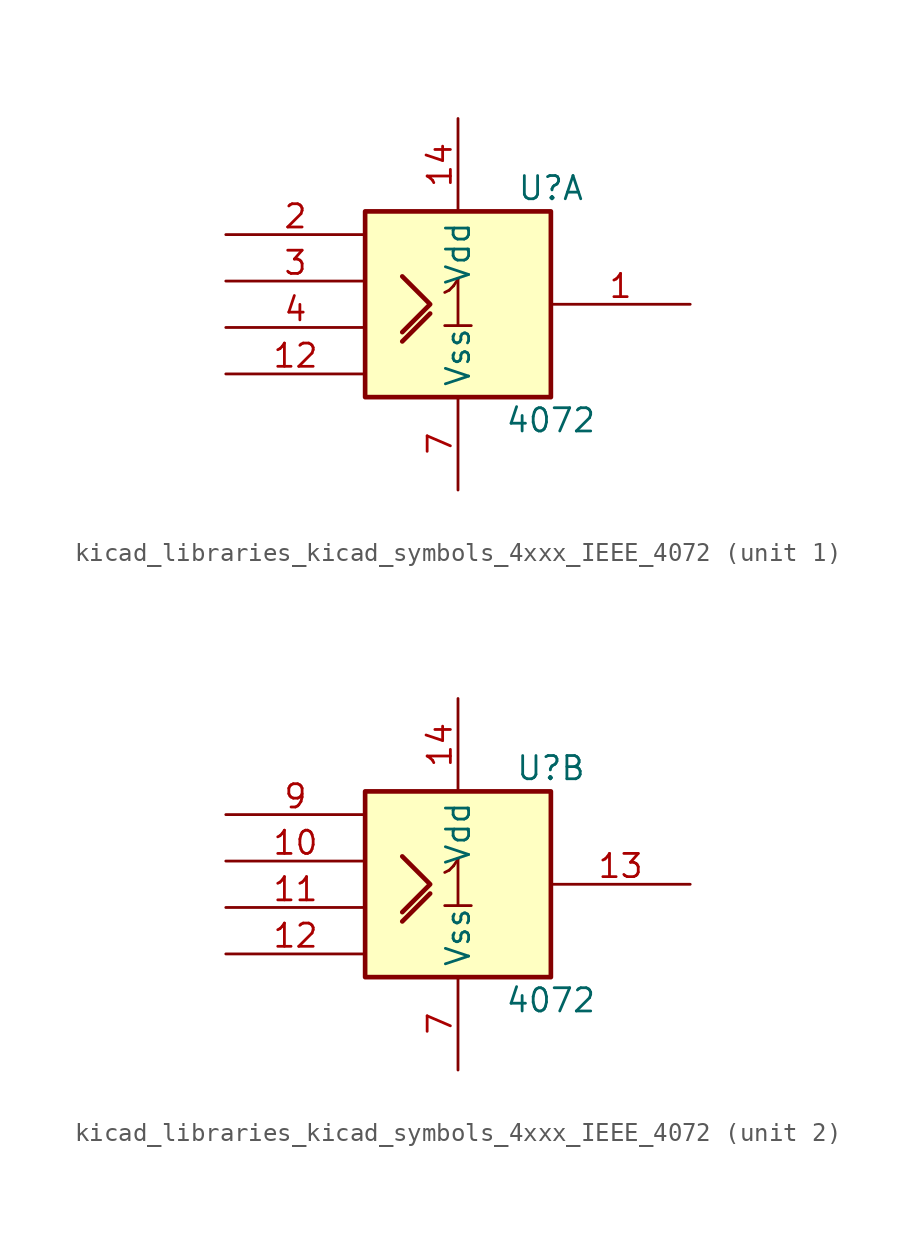
<source format=kicad_sym>
(kicad_symbol_lib
  (version 20220914)
  (generator kicad_symbol_editor)
  (symbol "kicad_libraries_kicad_symbols_4xxx_IEEE_4072"
    (property "Reference" "U"
      (at 5.08 6.35 0)
      (effects (font (size 1.27 1.27))))
    (property "Value" "4072"
      (at 5.08 -6.35 0)
      (effects (font (size 1.27 1.27))))
    (symbol "kicad_libraries_kicad_symbols_4xxx_IEEE_4072_0_0"
      (polyline (pts (xy -3.048 -2.032) (xy -1.524 -0.508) (xy -1.524 -0.508)) (stroke (width 0.254) (type default)) (fill (type background)))
      (polyline (pts (xy -3.048 1.524) (xy -1.524 0) (xy -3.048 -1.524) (xy -3.048 -1.524)) (stroke (width 0.254) (type default)) (fill (type background)))
      (text "1" (at 0 0 0) (effects (font (size 2.54 2.54)))))
    (symbol "kicad_libraries_kicad_symbols_4xxx_IEEE_4072_0_1"
      (rectangle (start -5.08 5.08) (end 5.08 -5.08) (stroke (width 0.254) (type default)) (fill (type background)))
      (pin power_in line (at 0 10.16 270) (length 5.08) (name "Vdd" (effects (font (size 1.27 1.27)))) (number "14" (effects (font (size 1.27 1.27)))))
      (pin power_in line (at 0 -10.16 90) (length 5.08) (name "Vss" (effects (font (size 1.27 1.27)))) (number "7" (effects (font (size 1.27 1.27))))))
    (symbol "kicad_libraries_kicad_symbols_4xxx_IEEE_4072_1_1"
      (pin output line (at 12.7 0 180) (length 7.62) (name "~" (effects (font (size 1.27 1.27)))) (number "1" (effects (font (size 1.27 1.27)))))
      (pin input line (at -12.7 -3.81 0) (length 7.62) (name "~" (effects (font (size 1.27 1.27)))) (number "12" (effects (font (size 1.27 1.27)))))
      (pin input line (at -12.7 3.81 0) (length 7.62) (name "~" (effects (font (size 1.27 1.27)))) (number "2" (effects (font (size 1.27 1.27)))))
      (pin input line (at -12.7 1.27 0) (length 7.62) (name "~" (effects (font (size 1.27 1.27)))) (number "3" (effects (font (size 1.27 1.27)))))
      (pin input line (at -12.7 -1.27 0) (length 7.62) (name "~" (effects (font (size 1.27 1.27)))) (number "4" (effects (font (size 1.27 1.27))))))
    (symbol "kicad_libraries_kicad_symbols_4xxx_IEEE_4072_2_1"
      (pin input line (at -12.7 1.27 0) (length 7.62) (name "~" (effects (font (size 1.27 1.27)))) (number "10" (effects (font (size 1.27 1.27)))))
      (pin input line (at -12.7 -1.27 0) (length 7.62) (name "~" (effects (font (size 1.27 1.27)))) (number "11" (effects (font (size 1.27 1.27)))))
      (pin input line (at -12.7 -3.81 0) (length 7.62) (name "~" (effects (font (size 1.27 1.27)))) (number "12" (effects (font (size 1.27 1.27)))))
      (pin output line (at 12.7 0 180) (length 7.62) (name "~" (effects (font (size 1.27 1.27)))) (number "13" (effects (font (size 1.27 1.27)))))
      (pin input line (at -12.7 3.81 0) (length 7.62) (name "~" (effects (font (size 1.27 1.27)))) (number "9" (effects (font (size 1.27 1.27))))))))
</source>
